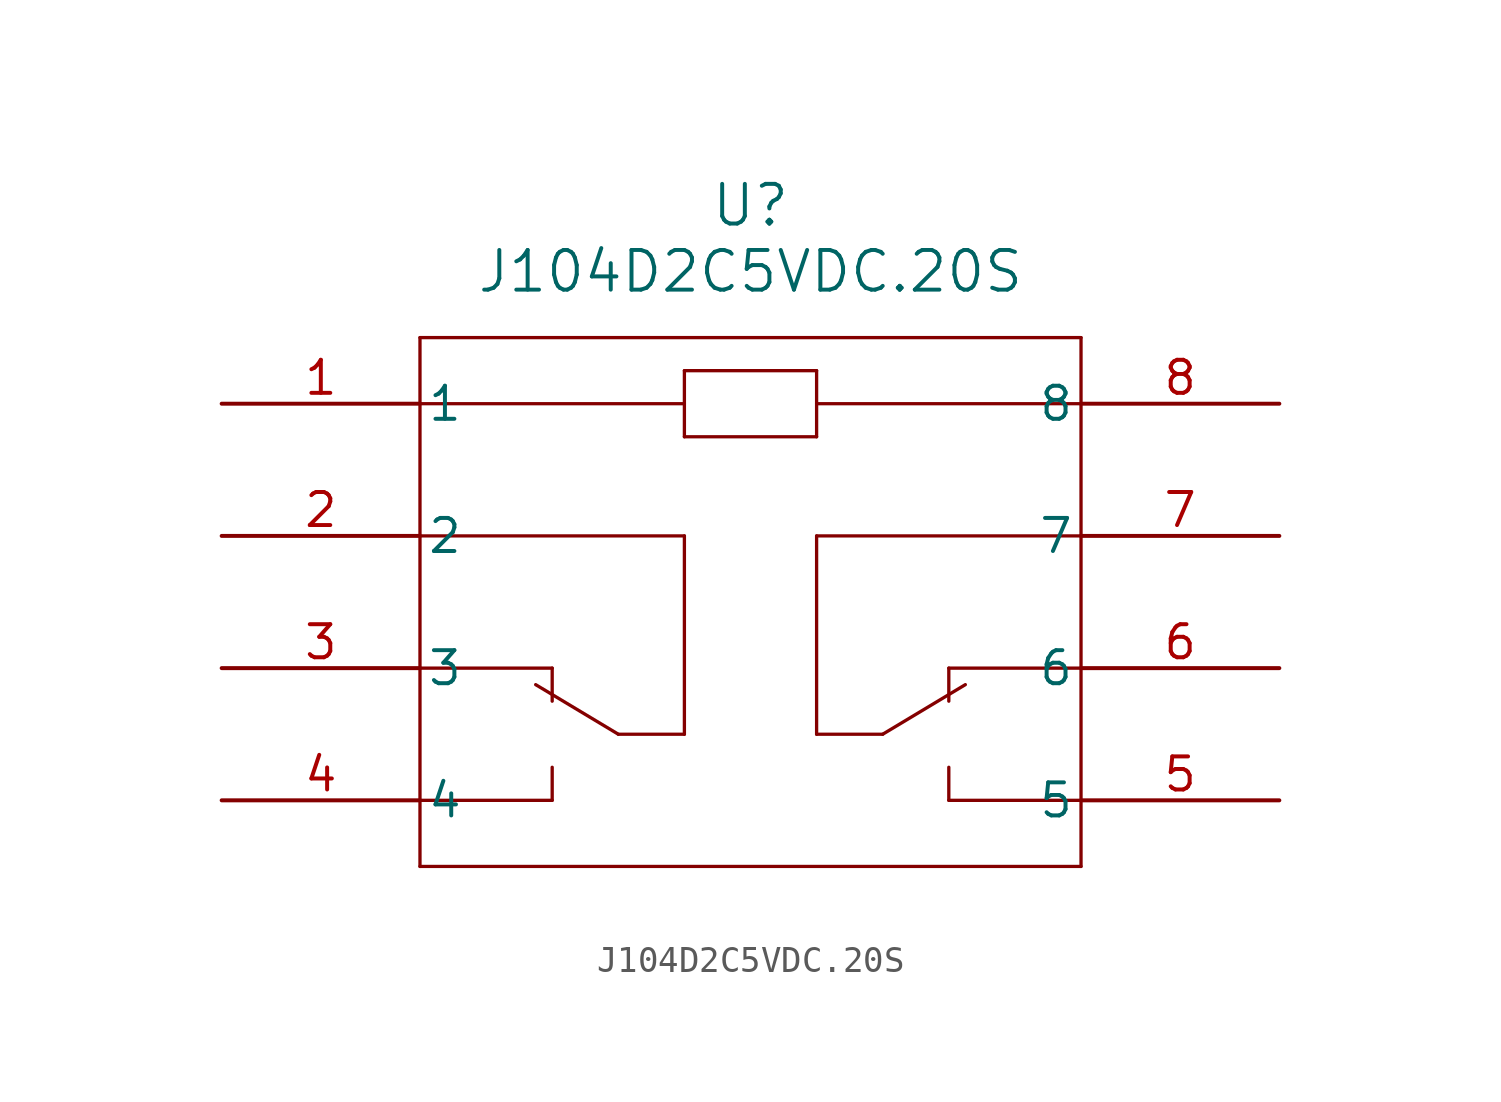
<source format=kicad_sym>
(kicad_symbol_lib
  (version 20211014)
  (generator kicad_symbol_editor)
  (symbol "J104D2C5VDC.20S"
    (pin_names
      (offset 0.254))
    (property "Reference" "U"
      (at 20.32 10.16 0)
      (effects (font (size 1.524 1.524))))
    (property "Value" "J104D2C5VDC.20S"
      (at 20.32 7.62 0)
      (effects (font (size 1.524 1.524))))
    (symbol "J104D2C5VDC.20S_0_1"
      (polyline (pts (xy 7.62 5.08) (xy 7.62 -15.24)) (stroke (width 0.127) (type default) (color 0 0 0 0)) (fill (type none)))
      (polyline (pts (xy 7.62 -15.24) (xy 33.02 -15.24)) (stroke (width 0.127) (type default) (color 0 0 0 0)) (fill (type none)))
      (polyline (pts (xy 33.02 -15.24) (xy 33.02 5.08)) (stroke (width 0.127) (type default) (color 0 0 0 0)) (fill (type none)))
      (polyline (pts (xy 33.02 5.08) (xy 7.62 5.08)) (stroke (width 0.127) (type default) (color 0 0 0 0)) (fill (type none)))
      (polyline (pts (xy 7.62 2.54) (xy 17.78 2.54)) (stroke (width 0.127) (type default) (color 0 0 0 0)) (fill (type none)))
      (polyline (pts (xy 22.86 2.54) (xy 33.02 2.54)) (stroke (width 0.127) (type default) (color 0 0 0 0)) (fill (type none)))
      (polyline (pts (xy 7.62 -2.54) (xy 17.78 -2.54)) (stroke (width 0.127) (type default) (color 0 0 0 0)) (fill (type none)))
      (polyline (pts (xy 22.86 -2.54) (xy 33.02 -2.54)) (stroke (width 0.127) (type default) (color 0 0 0 0)) (fill (type none)))
      (polyline (pts (xy 33.02 -7.62) (xy 27.94 -7.62)) (stroke (width 0.127) (type default) (color 0 0 0 0)) (fill (type none)))
      (polyline (pts (xy 27.94 -12.7) (xy 33.02 -12.7)) (stroke (width 0.127) (type default) (color 0 0 0 0)) (fill (type none)))
      (polyline (pts (xy 7.62 -12.7) (xy 12.7 -12.7)) (stroke (width 0.127) (type default) (color 0 0 0 0)) (fill (type none)))
      (polyline (pts (xy 7.62 -7.62) (xy 12.7 -7.62)) (stroke (width 0.127) (type default) (color 0 0 0 0)) (fill (type none)))
      (polyline (pts (xy 17.78 3.81) (xy 17.78 1.27)) (stroke (width 0.127) (type default) (color 0 0 0 0)) (fill (type none)))
      (polyline (pts (xy 17.78 1.27) (xy 22.86 1.27)) (stroke (width 0.127) (type default) (color 0 0 0 0)) (fill (type none)))
      (polyline (pts (xy 22.86 1.27) (xy 22.86 3.81)) (stroke (width 0.127) (type default) (color 0 0 0 0)) (fill (type none)))
      (polyline (pts (xy 22.86 3.81) (xy 17.78 3.81)) (stroke (width 0.127) (type default) (color 0 0 0 0)) (fill (type none)))
      (polyline (pts (xy 12.7 -7.62) (xy 12.7 -8.89)) (stroke (width 0.127) (type default) (color 0 0 0 0)) (fill (type none)))
      (polyline (pts (xy 12.7 -11.43) (xy 12.7 -12.7)) (stroke (width 0.127) (type default) (color 0 0 0 0)) (fill (type none)))
      (polyline (pts (xy 27.94 -7.62) (xy 27.94 -8.89)) (stroke (width 0.127) (type default) (color 0 0 0 0)) (fill (type none)))
      (polyline (pts (xy 27.94 -11.43) (xy 27.94 -12.7)) (stroke (width 0.127) (type default) (color 0 0 0 0)) (fill (type none)))
      (polyline (pts (xy 22.86 -2.54) (xy 22.86 -10.16)) (stroke (width 0.127) (type default) (color 0 0 0 0)) (fill (type none)))
      (polyline (pts (xy 22.86 -10.16) (xy 25.4 -10.16)) (stroke (width 0.127) (type default) (color 0 0 0 0)) (fill (type none)))
      (polyline (pts (xy 17.78 -2.54) (xy 17.78 -10.16)) (stroke (width 0.127) (type default) (color 0 0 0 0)) (fill (type none)))
      (polyline (pts (xy 17.78 -10.16) (xy 15.24 -10.16)) (stroke (width 0.127) (type default) (color 0 0 0 0)) (fill (type none)))
      (polyline (pts (xy 15.24 -10.16) (xy 12.065 -8.255)) (stroke (width 0.127) (type default) (color 0 0 0 0)) (fill (type none)))
      (polyline (pts (xy 25.4 -10.16) (xy 28.575 -8.255)) (stroke (width 0.127) (type default) (color 0 0 0 0)) (fill (type none)))
      (pin unspecified line (at 0 2.54 0) (length 7.62) (name "1" (effects (font (size 1.27 1.27)))) (number "1" (effects (font (size 1.27 1.27)))))
      (pin unspecified line (at 0 -2.54 0) (length 7.62) (name "2" (effects (font (size 1.27 1.27)))) (number "2" (effects (font (size 1.27 1.27)))))
      (pin unspecified line (at 0 -7.62 0) (length 7.62) (name "3" (effects (font (size 1.27 1.27)))) (number "3" (effects (font (size 1.27 1.27)))))
      (pin unspecified line (at 0 -12.7 0) (length 7.62) (name "4" (effects (font (size 1.27 1.27)))) (number "4" (effects (font (size 1.27 1.27)))))
      (pin unspecified line (at 40.64 -12.7 180) (length 7.62) (name "5" (effects (font (size 1.27 1.27)))) (number "5" (effects (font (size 1.27 1.27)))))
      (pin unspecified line (at 40.64 -7.62 180) (length 7.62) (name "6" (effects (font (size 1.27 1.27)))) (number "6" (effects (font (size 1.27 1.27)))))
      (pin unspecified line (at 40.64 -2.54 180) (length 7.62) (name "7" (effects (font (size 1.27 1.27)))) (number "7" (effects (font (size 1.27 1.27)))))
      (pin unspecified line (at 40.64 2.54 180) (length 7.62) (name "8" (effects (font (size 1.27 1.27)))) (number "8" (effects (font (size 1.27 1.27))))))))
</source>
